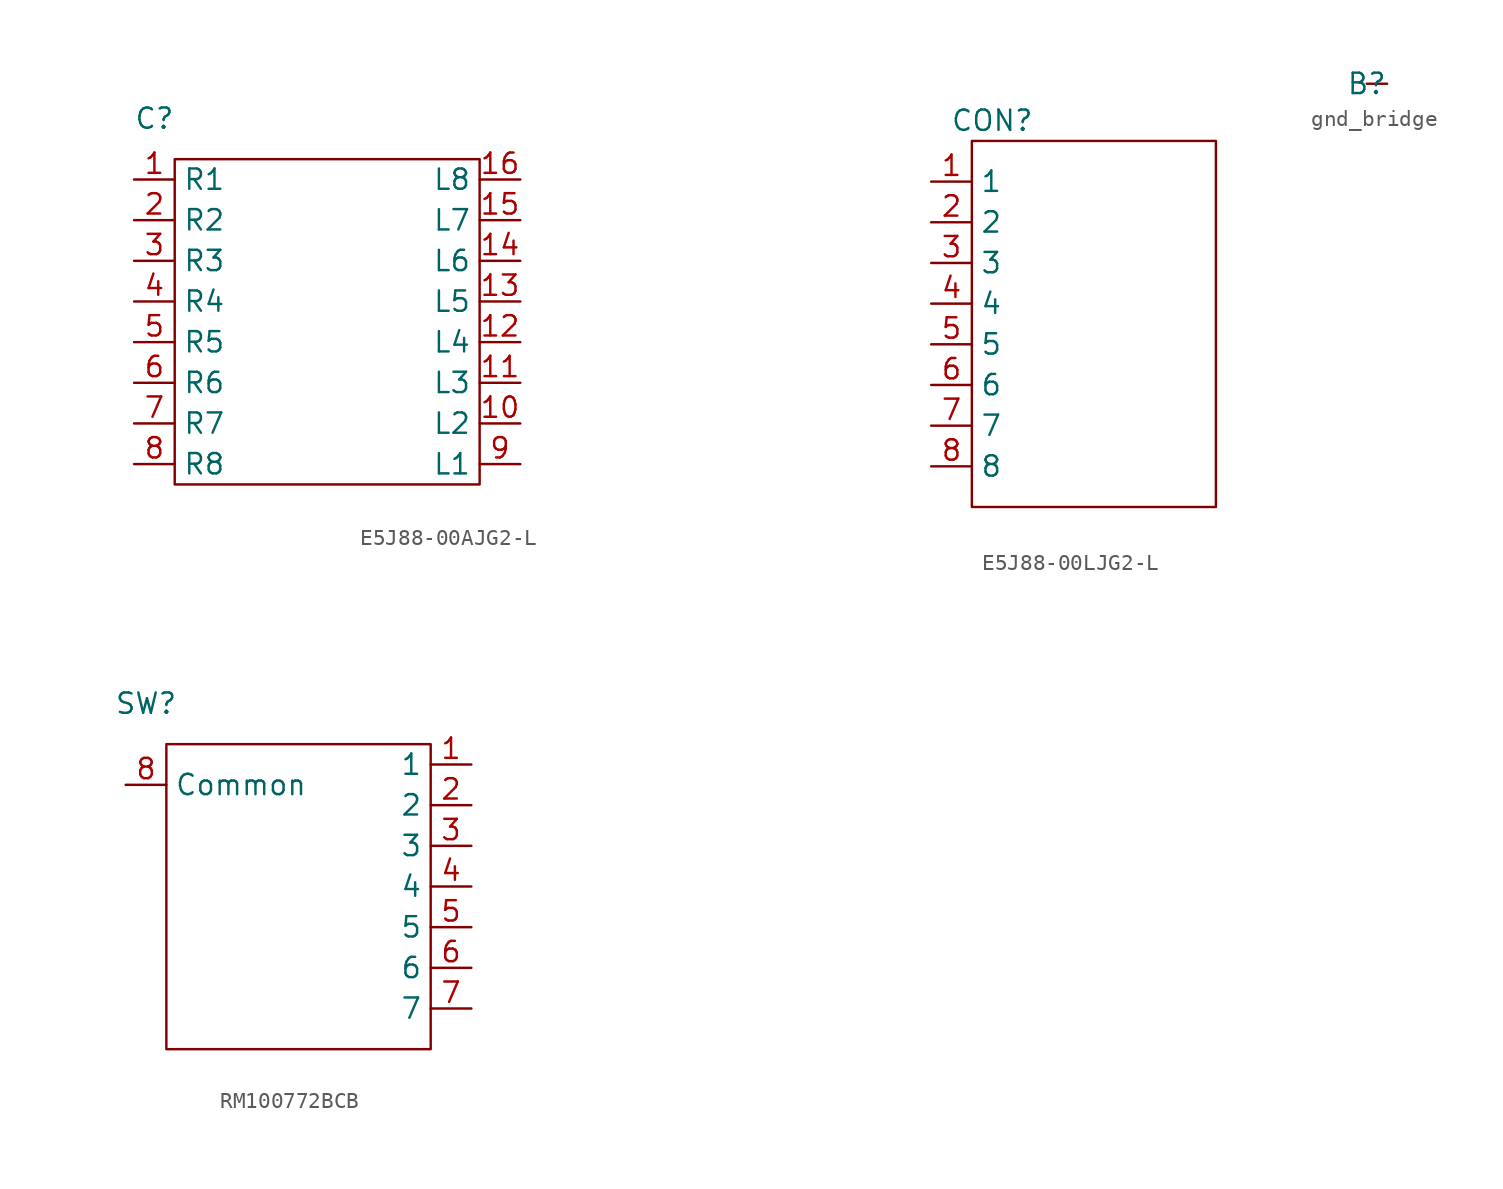
<source format=kicad_sym>
(kicad_symbol_lib
  (version 20220914)
  (generator kicad_symbol_editor)
  (symbol "E5J88-00AJG2-L"
    (property "Reference" "C"
      (at -1.27 2.54 0)
      (effects (font (size 1.27 1.27))))
    (property "Value" ""
      (at 36.83 -19.05 0)
      (effects (font (size 1.27 1.27))))
    (symbol "E5J88-00AJG2-L_0_1"
      (rectangle (start 0 0) (end 19.05 -20.32) (stroke (width 0) (type default)) (fill (type none))))
    (symbol "E5J88-00AJG2-L_1_1"
      (pin bidirectional line (at -2.54 -1.27 0) (length 2.54) (name "R1" (effects (font (size 1.27 1.27)))) (number "1" (effects (font (size 1.27 1.27)))))
      (pin bidirectional line (at 21.59 -16.51 180) (length 2.54) (name "L2" (effects (font (size 1.27 1.27)))) (number "10" (effects (font (size 1.27 1.27)))))
      (pin bidirectional line (at 21.59 -13.97 180) (length 2.54) (name "L3" (effects (font (size 1.27 1.27)))) (number "11" (effects (font (size 1.27 1.27)))))
      (pin bidirectional line (at 21.59 -11.43 180) (length 2.54) (name "L4" (effects (font (size 1.27 1.27)))) (number "12" (effects (font (size 1.27 1.27)))))
      (pin bidirectional line (at 21.59 -8.89 180) (length 2.54) (name "L5" (effects (font (size 1.27 1.27)))) (number "13" (effects (font (size 1.27 1.27)))))
      (pin bidirectional line (at 21.59 -6.35 180) (length 2.54) (name "L6" (effects (font (size 1.27 1.27)))) (number "14" (effects (font (size 1.27 1.27)))))
      (pin bidirectional line (at 21.59 -3.81 180) (length 2.54) (name "L7" (effects (font (size 1.27 1.27)))) (number "15" (effects (font (size 1.27 1.27)))))
      (pin bidirectional line (at 21.59 -1.27 180) (length 2.54) (name "L8" (effects (font (size 1.27 1.27)))) (number "16" (effects (font (size 1.27 1.27)))))
      (pin bidirectional line (at -2.54 -3.81 0) (length 2.54) (name "R2" (effects (font (size 1.27 1.27)))) (number "2" (effects (font (size 1.27 1.27)))))
      (pin bidirectional line (at -2.54 -6.35 0) (length 2.54) (name "R3" (effects (font (size 1.27 1.27)))) (number "3" (effects (font (size 1.27 1.27)))))
      (pin bidirectional line (at -2.54 -8.89 0) (length 2.54) (name "R4" (effects (font (size 1.27 1.27)))) (number "4" (effects (font (size 1.27 1.27)))))
      (pin bidirectional line (at -2.54 -11.43 0) (length 2.54) (name "R5" (effects (font (size 1.27 1.27)))) (number "5" (effects (font (size 1.27 1.27)))))
      (pin bidirectional line (at -2.54 -13.97 0) (length 2.54) (name "R6" (effects (font (size 1.27 1.27)))) (number "6" (effects (font (size 1.27 1.27)))))
      (pin bidirectional line (at -2.54 -16.51 0) (length 2.54) (name "R7" (effects (font (size 1.27 1.27)))) (number "7" (effects (font (size 1.27 1.27)))))
      (pin bidirectional line (at -2.54 -19.05 0) (length 2.54) (name "R8" (effects (font (size 1.27 1.27)))) (number "8" (effects (font (size 1.27 1.27)))))
      (pin bidirectional line (at 21.59 -19.05 180) (length 2.54) (name "L1" (effects (font (size 1.27 1.27)))) (number "9" (effects (font (size 1.27 1.27)))))))
  (symbol "E5J88-00LJG2-L"
    (property "Reference" "CON"
      (at 1.27 1.27 0)
      (effects (font (size 1.27 1.27))))
    (property "Value" ""
      (at 0 0 0)
      (effects (font (size 1.27 1.27))))
    (symbol "E5J88-00LJG2-L_0_1"
      (rectangle (start 0 0) (end 15.24 -22.86) (stroke (width 0) (type default)) (fill (type none))))
    (symbol "E5J88-00LJG2-L_1_1"
      (pin bidirectional line (at -2.54 -2.54 0) (length 2.54) (name "1" (effects (font (size 1.27 1.27)))) (number "1" (effects (font (size 1.27 1.27)))))
      (pin bidirectional line (at -2.54 -5.08 0) (length 2.54) (name "2" (effects (font (size 1.27 1.27)))) (number "2" (effects (font (size 1.27 1.27)))))
      (pin bidirectional line (at -2.54 -7.62 0) (length 2.54) (name "3" (effects (font (size 1.27 1.27)))) (number "3" (effects (font (size 1.27 1.27)))))
      (pin bidirectional line (at -2.54 -10.16 0) (length 2.54) (name "4" (effects (font (size 1.27 1.27)))) (number "4" (effects (font (size 1.27 1.27)))))
      (pin bidirectional line (at -2.54 -12.7 0) (length 2.54) (name "5" (effects (font (size 1.27 1.27)))) (number "5" (effects (font (size 1.27 1.27)))))
      (pin bidirectional line (at -2.54 -15.24 0) (length 2.54) (name "6" (effects (font (size 1.27 1.27)))) (number "6" (effects (font (size 1.27 1.27)))))
      (pin bidirectional line (at -2.54 -17.78 0) (length 2.54) (name "7" (effects (font (size 1.27 1.27)))) (number "7" (effects (font (size 1.27 1.27)))))
      (pin bidirectional line (at -2.54 -20.32 0) (length 2.54) (name "8" (effects (font (size 1.27 1.27)))) (number "8" (effects (font (size 1.27 1.27)))))))
  (symbol "gnd_bridge"
    (property "Reference" "B"
      (at 0 0 0)
      (effects (font (size 1.27 1.27))))
    (property "Value" ""
      (at 0 0 0)
      (effects (font (size 1.27 1.27))))
    (symbol "gnd_bridge_0_1"
      (polyline (pts (xy 0 0) (xy 1.27 0)) (stroke (width 0) (type default)) (fill (type none))))
    (symbol "gnd_bridge_1_1"
      (pin power_in line (at 0 0 270) (length 0) hide (name "1" (effects (font (size 1.27 1.27)))) (number "1" (effects (font (size 1.27 1.27)))))
      (pin power_in line (at 1.27 0 270) (length 0) hide (name "2" (effects (font (size 1.27 1.27)))) (number "2" (effects (font (size 1.27 1.27)))))))
  (symbol "RM100772BCB"
    (property "Reference" "SW"
      (at -1.27 2.54 0)
      (effects (font (size 1.27 1.27))))
    (property "Value" ""
      (at -3.81 -16.51 0)
      (effects (font (size 1.27 1.27))))
    (symbol "RM100772BCB_0_1"
      (rectangle (start 0 0) (end 16.51 -19.05) (stroke (width 0) (type default)) (fill (type none))))
    (symbol "RM100772BCB_1_1"
      (pin bidirectional line (at 19.05 -1.27 180) (length 2.54) (name "1" (effects (font (size 1.27 1.27)))) (number "1" (effects (font (size 1.27 1.27)))))
      (pin bidirectional line (at 19.05 -3.81 180) (length 2.54) (name "2" (effects (font (size 1.27 1.27)))) (number "2" (effects (font (size 1.27 1.27)))))
      (pin bidirectional line (at 19.05 -6.35 180) (length 2.54) (name "3" (effects (font (size 1.27 1.27)))) (number "3" (effects (font (size 1.27 1.27)))))
      (pin bidirectional line (at 19.05 -8.89 180) (length 2.54) (name "4" (effects (font (size 1.27 1.27)))) (number "4" (effects (font (size 1.27 1.27)))))
      (pin bidirectional line (at 19.05 -11.43 180) (length 2.54) (name "5" (effects (font (size 1.27 1.27)))) (number "5" (effects (font (size 1.27 1.27)))))
      (pin bidirectional line (at 19.05 -13.97 180) (length 2.54) (name "6" (effects (font (size 1.27 1.27)))) (number "6" (effects (font (size 1.27 1.27)))))
      (pin bidirectional line (at 19.05 -16.51 180) (length 2.54) (name "7" (effects (font (size 1.27 1.27)))) (number "7" (effects (font (size 1.27 1.27)))))
      (pin bidirectional line (at -2.54 -2.54 0) (length 2.54) (name "Common" (effects (font (size 1.27 1.27)))) (number "8" (effects (font (size 1.27 1.27))))))))
</source>
